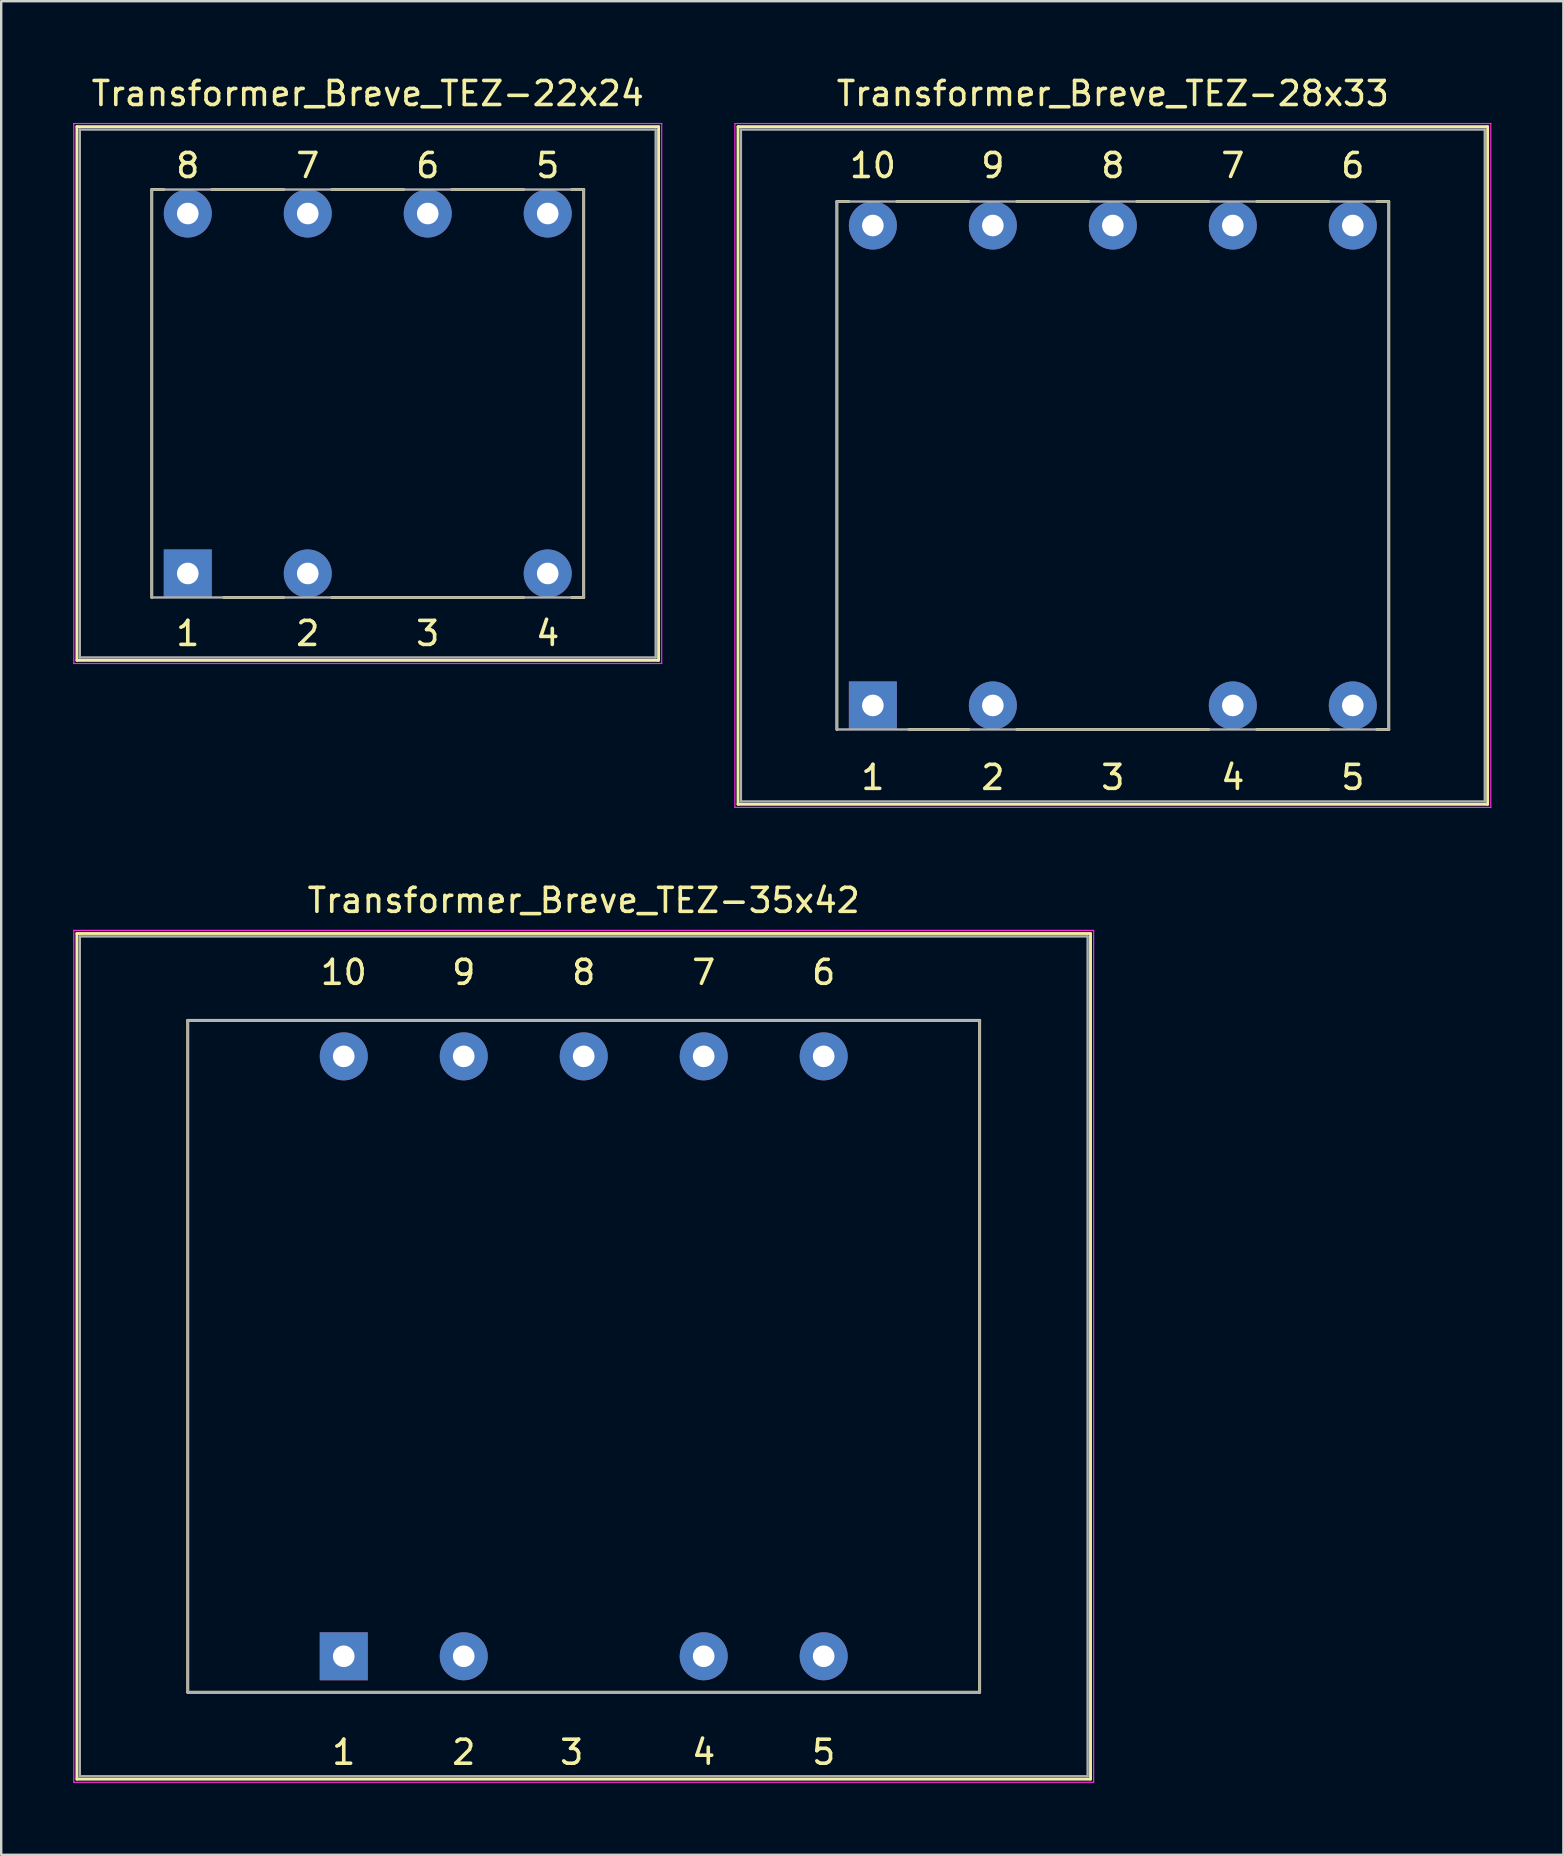
<source format=kicad_pcb>
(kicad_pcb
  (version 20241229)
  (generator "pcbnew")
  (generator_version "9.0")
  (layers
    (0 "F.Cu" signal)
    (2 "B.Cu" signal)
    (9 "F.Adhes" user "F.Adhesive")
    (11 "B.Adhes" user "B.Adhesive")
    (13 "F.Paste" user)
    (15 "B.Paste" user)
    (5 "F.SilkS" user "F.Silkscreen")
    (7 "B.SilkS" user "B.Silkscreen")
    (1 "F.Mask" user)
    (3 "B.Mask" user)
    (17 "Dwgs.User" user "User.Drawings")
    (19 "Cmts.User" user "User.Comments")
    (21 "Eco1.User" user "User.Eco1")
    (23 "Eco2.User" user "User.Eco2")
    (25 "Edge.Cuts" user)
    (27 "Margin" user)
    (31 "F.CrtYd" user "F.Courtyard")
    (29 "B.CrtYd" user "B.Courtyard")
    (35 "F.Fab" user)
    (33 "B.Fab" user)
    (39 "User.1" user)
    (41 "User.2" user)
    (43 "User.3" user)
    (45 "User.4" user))
  (footprint "Transformer_Breve_TEZ-28x33"
    (layer "F.Cu")
    (at 33.325 26.348)
    (property "Reference" "Transformer_Breve_TEZ-28x33" (at 10 -25.5 0) (layer "F.SilkS") (effects (font (size 1 1) (thickness 0.15))))
    (attr through_hole)
    (fp_line (start -5.62 -24.12) (end -5.62 4.12) (stroke (width 0.12) (type solid)) (layer "F.SilkS"))
    (fp_line (start -5.62 -24.12) (end 25.62 -24.12) (stroke (width 0.12) (type solid)) (layer "F.SilkS"))
    (fp_line (start -1.5 -21) (end -1.5 1) (stroke (width 0.12) (type solid)) (layer "F.SilkS"))
    (fp_line (start -1 -21) (end -1.5 -21) (stroke (width 0.12) (type solid)) (layer "F.SilkS"))
    (fp_line (start 1.5 1) (end 4 1) (stroke (width 0.12) (type solid)) (layer "F.SilkS"))
    (fp_line (start 4 -21) (end 1 -21) (stroke (width 0.12) (type solid)) (layer "F.SilkS"))
    (fp_line (start 6 1) (end 14 1) (stroke (width 0.12) (type solid)) (layer "F.SilkS"))
    (fp_line (start 9 -21) (end 6 -21) (stroke (width 0.12) (type solid)) (layer "F.SilkS"))
    (fp_line (start 14 -21) (end 11 -21) (stroke (width 0.12) (type solid)) (layer "F.SilkS"))
    (fp_line (start 16 1) (end 19 1) (stroke (width 0.12) (type solid)) (layer "F.SilkS"))
    (fp_line (start 19 -21) (end 16 -21) (stroke (width 0.12) (type solid)) (layer "F.SilkS"))
    (fp_line (start 21 1) (end 21.5 1) (stroke (width 0.12) (type solid)) (layer "F.SilkS"))
    (fp_line (start 21.5 -21) (end 21 -21) (stroke (width 0.12) (type solid)) (layer "F.SilkS"))
    (fp_line (start 21.5 1) (end 21.5 -21) (stroke (width 0.12) (type solid)) (layer "F.SilkS"))
    (fp_line (start 25.62 4.12) (end -5.62 4.12) (stroke (width 0.12) (type solid)) (layer "F.SilkS"))
    (fp_line (start 25.62 4.12) (end 25.62 -24.12) (stroke (width 0.12) (type solid)) (layer "F.SilkS"))
    (fp_line (start -5.75 -24.25) (end -5.75 4.25) (stroke (width 0.05) (type solid)) (layer "F.CrtYd"))
    (fp_line (start -5.75 -24.25) (end 25.75 -24.25) (stroke (width 0.05) (type solid)) (layer "F.CrtYd"))
    (fp_line (start 25.75 4.25) (end -5.75 4.25) (stroke (width 0.05) (type solid)) (layer "F.CrtYd"))
    (fp_line (start 25.75 4.25) (end 25.75 -24.25) (stroke (width 0.05) (type solid)) (layer "F.CrtYd"))
    (fp_line (start -5.5 -24) (end 25.5 -24) (stroke (width 0.1) (type solid)) (layer "F.Fab"))
    (fp_line (start -5.5 4) (end -5.5 -24) (stroke (width 0.1) (type solid)) (layer "F.Fab"))
    (fp_line (start -1.5 -21) (end -1.5 1) (stroke (width 0.1) (type solid)) (layer "F.Fab"))
    (fp_line (start -1.5 1) (end 21.5 1) (stroke (width 0.1) (type solid)) (layer "F.Fab"))
    (fp_line (start 21.5 -21) (end -1.5 -21) (stroke (width 0.1) (type solid)) (layer "F.Fab"))
    (fp_line (start 21.5 1) (end 21.5 -21) (stroke (width 0.1) (type solid)) (layer "F.Fab"))
    (fp_line (start 25.5 -24) (end 25.5 4) (stroke (width 0.1) (type solid)) (layer "F.Fab"))
    (fp_line (start 25.5 4) (end -5.5 4) (stroke (width 0.1) (type solid)) (layer "F.Fab"))
    (fp_text user "1" (at 0 3 0) (layer "F.SilkS") (effects (font (size 1 1) (thickness 0.15))))
    (fp_text user "7" (at 15 -22.5 0) (layer "F.SilkS") (effects (font (size 1 1) (thickness 0.15))))
    (fp_text user "5" (at 20 3 0) (layer "F.SilkS") (effects (font (size 1 1) (thickness 0.15))))
    (fp_text user "6" (at 20 -22.5 0) (layer "F.SilkS") (effects (font (size 1 1) (thickness 0.15))))
    (fp_text user "3" (at 10 3 0) (layer "F.SilkS") (effects (font (size 1 1) (thickness 0.15))))
    (fp_text user "9" (at 5 -22.5 0) (layer "F.SilkS") (effects (font (size 1 1) (thickness 0.15))))
    (fp_text user "2" (at 5 3 0) (layer "F.SilkS") (effects (font (size 1 1) (thickness 0.15))))
    (fp_text user "8" (at 10 -22.5 0) (layer "F.SilkS") (effects (font (size 1 1) (thickness 0.15))))
    (fp_text user "10" (at 0 -22.5 0) (layer "F.SilkS") (effects (font (size 1 1) (thickness 0.15))))
    (fp_text user "4" (at 15 3 0) (layer "F.SilkS") (effects (font (size 1 1) (thickness 0.15))))
    (pad "1" thru_hole rect (at 0 0) (size 2 2) (drill 0.9) (layers "*.Cu" "*.Mask"))
    (pad "2" thru_hole circle (at 5 0) (size 2 2) (drill 0.9) (layers "*.Cu" "*.Mask"))
    (pad "4" thru_hole circle (at 15 0) (size 2 2) (drill 0.9) (layers "*.Cu" "*.Mask"))
    (pad "5" thru_hole circle (at 20 0) (size 2 2) (drill 0.9) (layers "*.Cu" "*.Mask"))
    (pad "6" thru_hole circle (at 20 -20) (size 2 2) (drill 0.9) (layers "*.Cu" "*.Mask"))
    (pad "7" thru_hole circle (at 15 -20) (size 2 2) (drill 0.9) (layers "*.Cu" "*.Mask"))
    (pad "8" thru_hole circle (at 10 -20) (size 2 2) (drill 0.9) (layers "*.Cu" "*.Mask"))
    (pad "9" thru_hole circle (at 5 -20) (size 2 2) (drill 0.9) (layers "*.Cu" "*.Mask"))
    (pad "10" thru_hole circle (at 0 -20) (size 2 2) (drill 0.9) (layers "*.Cu" "*.Mask")))
  (footprint "Transformer_Breve_TEZ-35x42"
    (layer "F.Cu")
    (at 11.275 65.972)
    (property "Reference" "Transformer_Breve_TEZ-35x42" (at 10 -31.5 0) (layer "F.SilkS") (effects (font (size 1 1) (thickness 0.15))))
    (attr through_hole)
    (fp_line (start -11.12 -30.12) (end -11.12 5.12) (stroke (width 0.12) (type solid)) (layer "F.SilkS"))
    (fp_line (start -11.12 -30.12) (end 31.12 -30.12) (stroke (width 0.12) (type solid)) (layer "F.SilkS"))
    (fp_line (start -6.5 -26.5) (end 26.5 -26.5) (stroke (width 0.12) (type solid)) (layer "F.SilkS"))
    (fp_line (start -6.5 1.5) (end -6.5 -26.5) (stroke (width 0.12) (type solid)) (layer "F.SilkS"))
    (fp_line (start 26.5 -26.5) (end 26.5 1.5) (stroke (width 0.12) (type solid)) (layer "F.SilkS"))
    (fp_line (start 26.5 1.5) (end -6.5 1.5) (stroke (width 0.12) (type solid)) (layer "F.SilkS"))
    (fp_line (start 31.12 5.12) (end -11.12 5.12) (stroke (width 0.12) (type solid)) (layer "F.SilkS"))
    (fp_line (start 31.12 5.12) (end 31.12 -30.12) (stroke (width 0.12) (type solid)) (layer "F.SilkS"))
    (fp_line (start -11.25 -30.25) (end -11.25 5.25) (stroke (width 0.05) (type solid)) (layer "F.CrtYd"))
    (fp_line (start -11.25 -30.25) (end 31.25 -30.25) (stroke (width 0.05) (type solid)) (layer "F.CrtYd"))
    (fp_line (start 31.25 5.25) (end -11.25 5.25) (stroke (width 0.05) (type solid)) (layer "F.CrtYd"))
    (fp_line (start 31.25 5.25) (end 31.25 -30.25) (stroke (width 0.05) (type solid)) (layer "F.CrtYd"))
    (fp_line (start -11 -30) (end 31 -30) (stroke (width 0.1) (type solid)) (layer "F.Fab"))
    (fp_line (start -11 5) (end -11 -30) (stroke (width 0.1) (type solid)) (layer "F.Fab"))
    (fp_line (start -6.5 -26.5) (end -6.5 1.5) (stroke (width 0.1) (type solid)) (layer "F.Fab"))
    (fp_line (start -6.5 1.5) (end 26.5 1.5) (stroke (width 0.1) (type solid)) (layer "F.Fab"))
    (fp_line (start 26.5 -26.5) (end -6.5 -26.5) (stroke (width 0.1) (type solid)) (layer "F.Fab"))
    (fp_line (start 26.5 1.5) (end 26.5 -26.5) (stroke (width 0.1) (type solid)) (layer "F.Fab"))
    (fp_line (start 31 -30) (end 31 5) (stroke (width 0.1) (type solid)) (layer "F.Fab"))
    (fp_line (start 31 5) (end -11 5) (stroke (width 0.1) (type solid)) (layer "F.Fab"))
    (fp_text user "7" (at 15 -28.5 0) (layer "F.SilkS") (effects (font (size 1 1) (thickness 0.15))))
    (fp_text user "3" (at 9.5 4 0) (layer "F.SilkS") (effects (font (size 1 1) (thickness 0.15))))
    (fp_text user "10" (at 0 -28.5 0) (layer "F.SilkS") (effects (font (size 1 1) (thickness 0.15))))
    (fp_text user "1" (at 0 4 0) (layer "F.SilkS") (effects (font (size 1 1) (thickness 0.15))))
    (fp_text user "5" (at 20 4 0) (layer "F.SilkS") (effects (font (size 1 1) (thickness 0.15))))
    (fp_text user "8" (at 10 -28.5 0) (layer "F.SilkS") (effects (font (size 1 1) (thickness 0.15))))
    (fp_text user "2" (at 5 4 0) (layer "F.SilkS") (effects (font (size 1 1) (thickness 0.15))))
    (fp_text user "4" (at 15 4 0) (layer "F.SilkS") (effects (font (size 1 1) (thickness 0.15))))
    (fp_text user "9" (at 5 -28.5 0) (layer "F.SilkS") (effects (font (size 1 1) (thickness 0.15))))
    (fp_text user "6" (at 20 -28.5 0) (layer "F.SilkS") (effects (font (size 1 1) (thickness 0.15))))
    (pad "1" thru_hole rect (at 0 0) (size 2 2) (drill 0.9) (layers "*.Cu" "*.Mask"))
    (pad "2" thru_hole circle (at 5 0) (size 2 2) (drill 0.9) (layers "*.Cu" "*.Mask"))
    (pad "4" thru_hole circle (at 15 0) (size 2 2) (drill 0.9) (layers "*.Cu" "*.Mask"))
    (pad "5" thru_hole circle (at 20 0) (size 2 2) (drill 0.9) (layers "*.Cu" "*.Mask"))
    (pad "6" thru_hole circle (at 20 -25) (size 2 2) (drill 0.9) (layers "*.Cu" "*.Mask"))
    (pad "7" thru_hole circle (at 15 -25) (size 2 2) (drill 0.9) (layers "*.Cu" "*.Mask"))
    (pad "8" thru_hole circle (at 10 -25) (size 2 2) (drill 0.9) (layers "*.Cu" "*.Mask"))
    (pad "9" thru_hole circle (at 5 -25) (size 2 2) (drill 0.9) (layers "*.Cu" "*.Mask"))
    (pad "10" thru_hole circle (at 0 -25) (size 2 2) (drill 0.9) (layers "*.Cu" "*.Mask")))
  (footprint "Transformer_Breve_TEZ-22x24"
    (layer "F.Cu")
    (at 4.775 20.848)
    (property "Reference" "Transformer_Breve_TEZ-22x24" (at 7.5 -20 0) (layer "F.SilkS") (effects (font (size 1 1) (thickness 0.15))))
    (attr through_hole)
    (fp_line (start -4.62 -18.62) (end -4.62 3.62) (stroke (width 0.12) (type solid)) (layer "F.SilkS"))
    (fp_line (start -4.62 -18.62) (end 19.62 -18.62) (stroke (width 0.12) (type solid)) (layer "F.SilkS"))
    (fp_line (start -1.5 1) (end -1.5 -16) (stroke (width 0.12) (type solid)) (layer "F.SilkS"))
    (fp_line (start -1 -16) (end -1.5 -16) (stroke (width 0.12) (type solid)) (layer "F.SilkS"))
    (fp_line (start 1 -16) (end 4 -16) (stroke (width 0.12) (type solid)) (layer "F.SilkS"))
    (fp_line (start 4 1) (end 1.5 1) (stroke (width 0.12) (type solid)) (layer "F.SilkS"))
    (fp_line (start 6 -16) (end 9 -16) (stroke (width 0.12) (type solid)) (layer "F.SilkS"))
    (fp_line (start 6 1) (end 14 1) (stroke (width 0.12) (type solid)) (layer "F.SilkS"))
    (fp_line (start 11 -16) (end 14 -16) (stroke (width 0.12) (type solid)) (layer "F.SilkS"))
    (fp_line (start 16 -16) (end 16.5 -16) (stroke (width 0.12) (type solid)) (layer "F.SilkS"))
    (fp_line (start 16 1) (end 16.5 1) (stroke (width 0.12) (type solid)) (layer "F.SilkS"))
    (fp_line (start 16.5 1) (end 16.5 -16) (stroke (width 0.12) (type solid)) (layer "F.SilkS"))
    (fp_line (start 19.62 3.62) (end -4.62 3.62) (stroke (width 0.12) (type solid)) (layer "F.SilkS"))
    (fp_line (start 19.62 3.62) (end 19.62 -18.62) (stroke (width 0.12) (type solid)) (layer "F.SilkS"))
    (fp_line (start -4.75 -18.75) (end -4.75 3.75) (stroke (width 0.05) (type solid)) (layer "F.CrtYd"))
    (fp_line (start -4.75 -18.75) (end 19.75 -18.75) (stroke (width 0.05) (type solid)) (layer "F.CrtYd"))
    (fp_line (start 19.75 3.75) (end -4.75 3.75) (stroke (width 0.05) (type solid)) (layer "F.CrtYd"))
    (fp_line (start 19.75 3.75) (end 19.75 -18.75) (stroke (width 0.05) (type solid)) (layer "F.CrtYd"))
    (fp_line (start -4.5 -18.5) (end 19.5 -18.5) (stroke (width 0.1) (type solid)) (layer "F.Fab"))
    (fp_line (start -4.5 3.5) (end -4.5 -18.5) (stroke (width 0.1) (type solid)) (layer "F.Fab"))
    (fp_line (start -1.5 -16) (end 16.5 -16) (stroke (width 0.1) (type solid)) (layer "F.Fab"))
    (fp_line (start -1.5 1) (end -1.5 -16) (stroke (width 0.1) (type solid)) (layer "F.Fab"))
    (fp_line (start 16.5 -16) (end 16.5 1) (stroke (width 0.1) (type solid)) (layer "F.Fab"))
    (fp_line (start 16.5 1) (end -1.5 1) (stroke (width 0.1) (type solid)) (layer "F.Fab"))
    (fp_line (start 19.5 -18.5) (end 19.5 3.5) (stroke (width 0.1) (type solid)) (layer "F.Fab"))
    (fp_line (start 19.5 3.5) (end -4.5 3.5) (stroke (width 0.1) (type solid)) (layer "F.Fab"))
    (fp_text user "6" (at 10 -17 0) (layer "F.SilkS") (effects (font (size 1 1) (thickness 0.15))))
    (fp_text user "8" (at 0 -17 0) (layer "F.SilkS") (effects (font (size 1 1) (thickness 0.15))))
    (fp_text user "3" (at 10 2.5 0) (layer "F.SilkS") (effects (font (size 1 1) (thickness 0.15))))
    (fp_text user "1" (at 0 2.5 0) (layer "F.SilkS") (effects (font (size 1 1) (thickness 0.15))))
    (fp_text user "5" (at 15 -17 0) (layer "F.SilkS") (effects (font (size 1 1) (thickness 0.15))))
    (fp_text user "2" (at 5 2.5 0) (layer "F.SilkS") (effects (font (size 1 1) (thickness 0.15))))
    (fp_text user "4" (at 15 2.5 0) (layer "F.SilkS") (effects (font (size 1 1) (thickness 0.15))))
    (fp_text user "7" (at 5 -17 0) (layer "F.SilkS") (effects (font (size 1 1) (thickness 0.15))))
    (pad "1" thru_hole rect (at 0 0) (size 2 2) (drill 0.9) (layers "*.Cu" "*.Mask"))
    (pad "2" thru_hole circle (at 5 0) (size 2 2) (drill 0.9) (layers "*.Cu" "*.Mask"))
    (pad "4" thru_hole circle (at 15 0) (size 2 2) (drill 0.9) (layers "*.Cu" "*.Mask"))
    (pad "5" thru_hole circle (at 15 -15) (size 2 2) (drill 0.9) (layers "*.Cu" "*.Mask"))
    (pad "6" thru_hole circle (at 10 -15) (size 2 2) (drill 0.9) (layers "*.Cu" "*.Mask"))
    (pad "7" thru_hole circle (at 5 -15) (size 2 2) (drill 0.9) (layers "*.Cu" "*.Mask"))
    (pad "8" thru_hole circle (at 0 -15) (size 2 2) (drill 0.9) (layers "*.Cu" "*.Mask")))
  (gr_rect
    (start -3 -3)
    (end 62.1 74.246)
    (stroke (width 0.1) (type default))
    (fill no)
    (layer "Edge.Cuts")))
</source>
